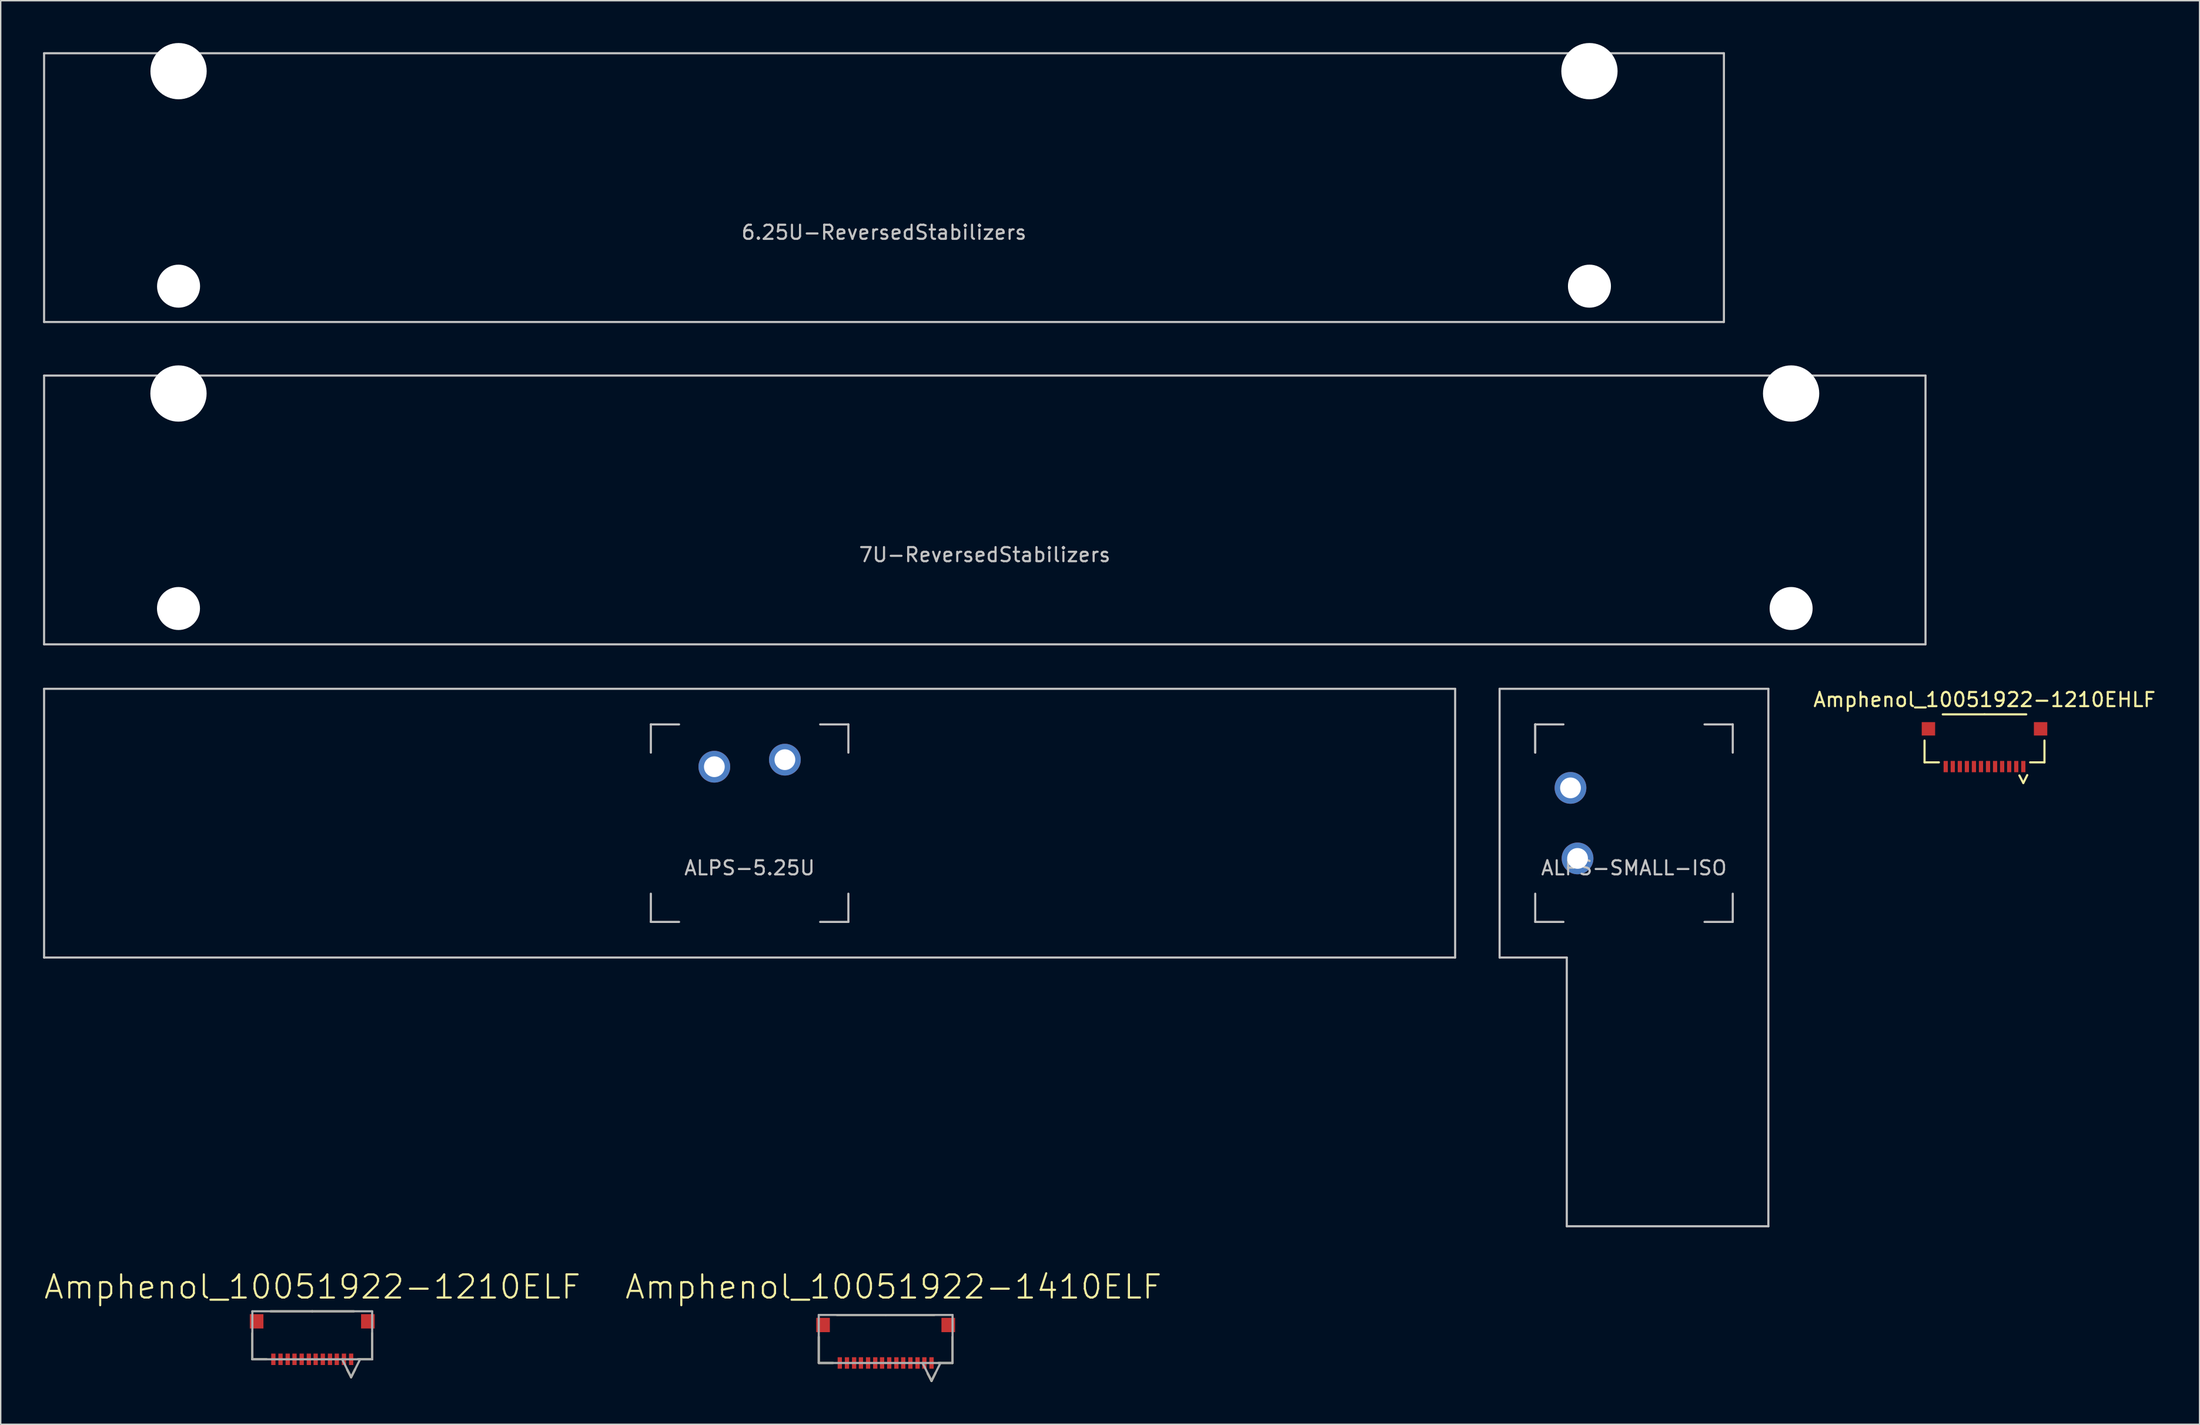
<source format=kicad_pcb>
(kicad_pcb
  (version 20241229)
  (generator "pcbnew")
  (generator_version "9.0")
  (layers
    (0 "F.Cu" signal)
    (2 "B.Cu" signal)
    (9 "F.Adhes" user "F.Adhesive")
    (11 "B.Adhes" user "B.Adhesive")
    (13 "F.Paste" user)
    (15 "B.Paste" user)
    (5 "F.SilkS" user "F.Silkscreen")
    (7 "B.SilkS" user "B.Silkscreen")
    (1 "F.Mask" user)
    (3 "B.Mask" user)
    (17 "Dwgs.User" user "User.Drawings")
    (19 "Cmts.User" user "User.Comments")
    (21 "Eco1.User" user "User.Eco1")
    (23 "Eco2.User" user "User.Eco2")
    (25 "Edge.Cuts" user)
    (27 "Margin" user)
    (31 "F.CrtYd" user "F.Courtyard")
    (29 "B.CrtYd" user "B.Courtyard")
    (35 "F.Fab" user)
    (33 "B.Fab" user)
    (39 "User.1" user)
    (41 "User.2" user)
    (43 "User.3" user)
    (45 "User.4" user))
  (footprint "Amphenol_10051922-1210ELF"
    (layer "F.Cu")
    (at 19.094 91.575)
    (property "Reference" "Amphenol_10051922-1210ELF" (at 0 -3.404 0) (layer "F.SilkS") (effects (font (size 1.641 1.641) (thickness 0.15))))
    (attr smd)
    (fp_line (start -4.259 1.727) (end -4.259 -0.127) (stroke (width 0.152) (type solid)) (layer "F.SilkS"))
    (fp_line (start -4.259 1.727) (end -3.243 1.727) (stroke (width 0.152) (type solid)) (layer "F.SilkS"))
    (fp_line (start -0.013 -1.676) (end -2.972 -1.676) (stroke (width 0.152) (type solid)) (layer "F.SilkS"))
    (fp_line (start 2.464 2.464) (end 2.743 2.997) (stroke (width 0.152) (type solid)) (layer "F.SilkS"))
    (fp_line (start 2.946 -1.676) (end -0.013 -1.676) (stroke (width 0.152) (type solid)) (layer "F.SilkS"))
    (fp_line (start 3.023 2.438) (end 2.743 2.997) (stroke (width 0.152) (type solid)) (layer "F.SilkS"))
    (fp_line (start 3.218 1.727) (end 4.234 1.727) (stroke (width 0.152) (type solid)) (layer "F.SilkS"))
    (fp_line (start 4.234 1.727) (end 4.234 -0.127) (stroke (width 0.152) (type solid)) (layer "F.SilkS"))
    (fp_line (start -4.259 -1.676) (end -0.013 -1.676) (stroke (width 0.152) (type solid)) (layer "F.Fab"))
    (fp_line (start -4.259 1.727) (end -4.259 -1.676) (stroke (width 0.152) (type solid)) (layer "F.Fab"))
    (fp_line (start -4.259 1.727) (end -0.013 1.727) (stroke (width 0.152) (type solid)) (layer "F.Fab"))
    (fp_line (start -0.013 -1.676) (end 4.234 -1.676) (stroke (width 0.152) (type solid)) (layer "F.Fab"))
    (fp_line (start -0.013 1.727) (end 4.234 1.727) (stroke (width 0.152) (type solid)) (layer "F.Fab"))
    (fp_line (start 2.108 1.727) (end 2.743 2.997) (stroke (width 0.152) (type solid)) (layer "F.Fab"))
    (fp_line (start 3.378 1.727) (end 2.743 2.997) (stroke (width 0.152) (type solid)) (layer "F.Fab"))
    (fp_line (start 4.234 1.727) (end 4.234 -1.676) (stroke (width 0.152) (type solid)) (layer "F.Fab"))
    (pad "1" smd rect (at 2.743 1.727 270) (size 0.813 0.305) (layers "F.Cu" "F.Mask" "F.Paste"))
    (pad "2" smd rect (at 2.235 1.727 270) (size 0.813 0.305) (layers "F.Cu" "F.Mask" "F.Paste"))
    (pad "3" smd rect (at 1.727 1.727 270) (size 0.813 0.305) (layers "F.Cu" "F.Mask" "F.Paste"))
    (pad "4" smd rect (at 1.245 1.727 270) (size 0.813 0.305) (layers "F.Cu" "F.Mask" "F.Paste"))
    (pad "5" smd rect (at 0.737 1.727 270) (size 0.813 0.305) (layers "F.Cu" "F.Mask" "F.Paste"))
    (pad "6" smd rect (at 0.229 1.727 270) (size 0.813 0.305) (layers "F.Cu" "F.Mask" "F.Paste"))
    (pad "7" smd rect (at -0.254 1.727 270) (size 0.813 0.305) (layers "F.Cu" "F.Mask" "F.Paste"))
    (pad "8" smd rect (at -0.762 1.727 270) (size 0.813 0.305) (layers "F.Cu" "F.Mask" "F.Paste"))
    (pad "9" smd rect (at -1.27 1.727 270) (size 0.813 0.305) (layers "F.Cu" "F.Mask" "F.Paste"))
    (pad "10" smd rect (at -1.753 1.727 270) (size 0.813 0.305) (layers "F.Cu" "F.Mask" "F.Paste"))
    (pad "11" smd rect (at -2.261 1.727 270) (size 0.813 0.305) (layers "F.Cu" "F.Mask" "F.Paste"))
    (pad "12" smd rect (at -2.769 1.727 270) (size 0.813 0.305) (layers "F.Cu" "F.Mask" "F.Paste"))
    (pad "MP" smd rect (at -3.955 -0.965) (size 0.965 1.016) (layers "F.Cu" "F.Mask" "F.Paste"))
    (pad "MP" smd rect (at 3.929 -0.965) (size 0.965 1.016) (layers "F.Cu" "F.Mask" "F.Paste")))
  (footprint "7U-ReversedStabilizers"
    (layer "F.Cu")
    (at 66.75 33.098)
    (property "Reference" "7U-ReversedStabilizers" (at 0 3.175 0) (layer "Dwgs.User") (effects (font (size 1 1) (thickness 0.15))))
    (attr through_hole)
    (fp_line (start -66.675 -9.525) (end 66.675 -9.525) (stroke (width 0.15) (type solid)) (layer "Dwgs.User"))
    (fp_line (start -66.675 9.525) (end -66.675 -9.525) (stroke (width 0.15) (type solid)) (layer "Dwgs.User"))
    (fp_line (start -66.675 9.525) (end 66.675 9.525) (stroke (width 0.15) (type solid)) (layer "Dwgs.User"))
    (fp_line (start 66.675 -9.525) (end 66.675 9.525) (stroke (width 0.15) (type solid)) (layer "Dwgs.User"))
    (pad "" np_thru_hole circle (at -57.15 -8.255) (size 3.988 3.988) (drill 3.988) (layers "*.Cu" "*.Mask"))
    (pad "" np_thru_hole circle (at -57.15 6.985) (size 3.048 3.048) (drill 3.048) (layers "*.Cu" "*.Mask"))
    (pad "" np_thru_hole circle (at 57.15 -8.255) (size 3.988 3.988) (drill 3.988) (layers "*.Cu" "*.Mask"))
    (pad "" np_thru_hole circle (at 57.15 6.985) (size 3.048 3.048) (drill 3.048) (layers "*.Cu" "*.Mask")))
  (footprint "ALPS-5.25U"
    (layer "F.Cu")
    (at 50.081 55.298)
    (property "Reference" "ALPS-5.25U" (at 0 3.175 0) (layer "Dwgs.User") (effects (font (size 1 1) (thickness 0.15))))
    (attr through_hole)
    (fp_line (start -50.006 -9.525) (end 50.006 -9.525) (stroke (width 0.15) (type solid)) (layer "Dwgs.User"))
    (fp_line (start -50.006 9.525) (end -50.006 -9.525) (stroke (width 0.15) (type solid)) (layer "Dwgs.User"))
    (fp_line (start -50.006 9.525) (end 50.006 9.525) (stroke (width 0.15) (type solid)) (layer "Dwgs.User"))
    (fp_line (start -7 -7) (end -7 -5) (stroke (width 0.15) (type solid)) (layer "Dwgs.User"))
    (fp_line (start -7 5) (end -7 7) (stroke (width 0.15) (type solid)) (layer "Dwgs.User"))
    (fp_line (start -7 7) (end -5 7) (stroke (width 0.15) (type solid)) (layer "Dwgs.User"))
    (fp_line (start -5 -7) (end -7 -7) (stroke (width 0.15) (type solid)) (layer "Dwgs.User"))
    (fp_line (start 5 -7) (end 7 -7) (stroke (width 0.15) (type solid)) (layer "Dwgs.User"))
    (fp_line (start 5 7) (end 7 7) (stroke (width 0.15) (type solid)) (layer "Dwgs.User"))
    (fp_line (start 7 -7) (end 7 -5) (stroke (width 0.15) (type solid)) (layer "Dwgs.User"))
    (fp_line (start 7 7) (end 7 5) (stroke (width 0.15) (type solid)) (layer "Dwgs.User"))
    (fp_line (start 50.006 -9.525) (end 50.006 9.525) (stroke (width 0.15) (type solid)) (layer "Dwgs.User"))
    (pad "1" thru_hole circle (at -2.5 -4) (size 2.25 2.25) (drill 1.47) (layers "*.Cu" "B.Mask"))
    (pad "2" thru_hole circle (at 2.5 -4.5) (size 2.25 2.25) (drill 1.47) (layers "*.Cu" "B.Mask")))
  (footprint "Amphenol_10051922-1210EHLF"
    (layer "F.Cu")
    (at 137.607 49.95)
    (property "Reference" "Amphenol_10051922-1210EHLF" (at 0 -3.404 0) (layer "F.SilkS") (effects (font (size 1 1) (thickness 0.15))))
    (attr smd)
    (fp_line (start -4.25 1.038) (end -4.25 -0.508) (stroke (width 0.152) (type solid)) (layer "F.SilkS"))
    (fp_line (start -4.25 1.038) (end -3.234 1.038) (stroke (width 0.152) (type solid)) (layer "F.SilkS"))
    (fp_line (start 0 -2.363) (end -2.959 -2.363) (stroke (width 0.152) (type solid)) (layer "F.SilkS"))
    (fp_line (start 0 -2.363) (end 2.959 -2.363) (stroke (width 0.152) (type solid)) (layer "F.SilkS"))
    (fp_line (start 2.471 1.967) (end 2.75 2.5) (stroke (width 0.152) (type solid)) (layer "F.SilkS"))
    (fp_line (start 3.029 1.941) (end 2.75 2.5) (stroke (width 0.152) (type solid)) (layer "F.SilkS"))
    (fp_line (start 3.234 1.038) (end 4.25 1.038) (stroke (width 0.152) (type solid)) (layer "F.SilkS"))
    (fp_line (start 4.25 1.038) (end 4.25 -0.508) (stroke (width 0.152) (type solid)) (layer "F.SilkS"))
    (pad "1" smd rect (at 2.75 1.338 180) (size 0.3 0.8) (layers "F.Cu" "F.Mask" "F.Paste"))
    (pad "2" smd rect (at 2.25 1.338 180) (size 0.3 0.8) (layers "F.Cu" "F.Mask" "F.Paste"))
    (pad "3" smd rect (at 1.75 1.338 180) (size 0.3 0.8) (layers "F.Cu" "F.Mask" "F.Paste"))
    (pad "4" smd rect (at 1.25 1.338 180) (size 0.3 0.8) (layers "F.Cu" "F.Mask" "F.Paste"))
    (pad "5" smd rect (at 0.75 1.338 180) (size 0.3 0.8) (layers "F.Cu" "F.Mask" "F.Paste"))
    (pad "6" smd rect (at 0.25 1.338 180) (size 0.3 0.8) (layers "F.Cu" "F.Mask" "F.Paste"))
    (pad "7" smd rect (at -0.25 1.338 180) (size 0.3 0.8) (layers "F.Cu" "F.Mask" "F.Paste"))
    (pad "8" smd rect (at -0.75 1.338 180) (size 0.3 0.8) (layers "F.Cu" "F.Mask" "F.Paste"))
    (pad "9" smd rect (at -1.25 1.338 180) (size 0.3 0.8) (layers "F.Cu" "F.Mask" "F.Paste"))
    (pad "10" smd rect (at -1.75 1.338 180) (size 0.3 0.8) (layers "F.Cu" "F.Mask" "F.Paste"))
    (pad "11" smd rect (at -2.25 1.338 180) (size 0.3 0.8) (layers "F.Cu" "F.Mask" "F.Paste"))
    (pad "12" smd rect (at -2.75 1.338 180) (size 0.3 0.8) (layers "F.Cu" "F.Mask" "F.Paste"))
    (pad "MP" smd rect (at -3.975 -1.338 180) (size 0.95 0.95) (layers "F.Cu" "F.Mask" "F.Paste"))
    (pad "MP" smd rect (at 3.975 -1.338 180) (size 0.95 0.95) (layers "F.Cu" "F.Mask" "F.Paste")))
  (footprint "Amphenol_10051922-1410ELF"
    (layer "F.Cu")
    (at 59.723 91.835)
    (property "Reference" "Amphenol_10051922-1410ELF" (at 0.559 -3.664 0) (layer "F.SilkS") (effects (font (size 1.641 1.641) (thickness 0.15))))
    (attr smd)
    (fp_line (start -4.742 1.727) (end -4.742 -0.127) (stroke (width 0.152) (type solid)) (layer "F.SilkS"))
    (fp_line (start -4.742 1.727) (end -3.726 1.727) (stroke (width 0.152) (type solid)) (layer "F.SilkS"))
    (fp_line (start 0 -1.676) (end -3.454 -1.676) (stroke (width 0.152) (type solid)) (layer "F.SilkS"))
    (fp_line (start 2.972 2.464) (end 3.251 2.997) (stroke (width 0.152) (type solid)) (layer "F.SilkS"))
    (fp_line (start 3.454 -1.676) (end 0 -1.676) (stroke (width 0.152) (type solid)) (layer "F.SilkS"))
    (fp_line (start 3.531 2.438) (end 3.251 2.997) (stroke (width 0.152) (type solid)) (layer "F.SilkS"))
    (fp_line (start 3.726 1.727) (end 4.742 1.727) (stroke (width 0.152) (type solid)) (layer "F.SilkS"))
    (fp_line (start 4.742 1.727) (end 4.742 -0.127) (stroke (width 0.152) (type solid)) (layer "F.SilkS"))
    (fp_line (start -4.742 -1.676) (end 0 -1.676) (stroke (width 0.152) (type solid)) (layer "F.Fab"))
    (fp_line (start -4.742 1.727) (end -4.742 -1.676) (stroke (width 0.152) (type solid)) (layer "F.Fab"))
    (fp_line (start -4.742 1.727) (end 0 1.727) (stroke (width 0.152) (type solid)) (layer "F.Fab"))
    (fp_line (start 0 -1.676) (end 4.742 -1.676) (stroke (width 0.152) (type solid)) (layer "F.Fab"))
    (fp_line (start 0 1.727) (end 4.742 1.727) (stroke (width 0.152) (type solid)) (layer "F.Fab"))
    (fp_line (start 2.616 1.727) (end 3.251 2.997) (stroke (width 0.152) (type solid)) (layer "F.Fab"))
    (fp_line (start 3.886 1.727) (end 3.251 2.997) (stroke (width 0.152) (type solid)) (layer "F.Fab"))
    (fp_line (start 4.742 1.727) (end 4.742 -1.676) (stroke (width 0.152) (type solid)) (layer "F.Fab"))
    (pad "1" smd rect (at 3.251 1.727 270) (size 0.813 0.305) (layers "F.Cu" "F.Mask" "F.Paste"))
    (pad "2" smd rect (at 2.743 1.727 270) (size 0.813 0.305) (layers "F.Cu" "F.Mask" "F.Paste"))
    (pad "3" smd rect (at 2.261 1.727 270) (size 0.813 0.305) (layers "F.Cu" "F.Mask" "F.Paste"))
    (pad "4" smd rect (at 1.753 1.727 270) (size 0.813 0.305) (layers "F.Cu" "F.Mask" "F.Paste"))
    (pad "5" smd rect (at 1.245 1.727 270) (size 0.813 0.305) (layers "F.Cu" "F.Mask" "F.Paste"))
    (pad "6" smd rect (at 0.762 1.727 270) (size 0.813 0.305) (layers "F.Cu" "F.Mask" "F.Paste"))
    (pad "7" smd rect (at 0.254 1.727 270) (size 0.813 0.305) (layers "F.Cu" "F.Mask" "F.Paste"))
    (pad "8" smd rect (at -0.254 1.727 270) (size 0.813 0.305) (layers "F.Cu" "F.Mask" "F.Paste"))
    (pad "9" smd rect (at -0.737 1.727 270) (size 0.813 0.305) (layers "F.Cu" "F.Mask" "F.Paste"))
    (pad "10" smd rect (at -1.245 1.727 270) (size 0.813 0.305) (layers "F.Cu" "F.Mask" "F.Paste"))
    (pad "11" smd rect (at -1.753 1.727 270) (size 0.813 0.305) (layers "F.Cu" "F.Mask" "F.Paste"))
    (pad "12" smd rect (at -2.235 1.727 270) (size 0.813 0.305) (layers "F.Cu" "F.Mask" "F.Paste"))
    (pad "13" smd rect (at -2.743 1.727 270) (size 0.813 0.305) (layers "F.Cu" "F.Mask" "F.Paste"))
    (pad "14" smd rect (at -3.251 1.727 270) (size 0.813 0.305) (layers "F.Cu" "F.Mask" "F.Paste"))
    (pad "MP" smd rect (at -4.437 -0.965) (size 0.965 1.016) (layers "F.Cu" "F.Mask" "F.Paste"))
    (pad "MP" smd rect (at 4.437 -0.965) (size 0.965 1.016) (layers "F.Cu" "F.Mask" "F.Paste")))
  (footprint "6.25U-ReversedStabilizers"
    (layer "F.Cu")
    (at 59.606 10.249)
    (property "Reference" "6.25U-ReversedStabilizers" (at 0 3.175 0) (layer "Dwgs.User") (effects (font (size 1 1) (thickness 0.15))))
    (attr through_hole)
    (fp_line (start -59.531 -9.525) (end 59.531 -9.525) (stroke (width 0.15) (type solid)) (layer "Dwgs.User"))
    (fp_line (start -59.531 9.525) (end -59.531 -9.525) (stroke (width 0.15) (type solid)) (layer "Dwgs.User"))
    (fp_line (start -59.531 9.525) (end 59.531 9.525) (stroke (width 0.15) (type solid)) (layer "Dwgs.User"))
    (fp_line (start 59.531 -9.525) (end 59.531 9.525) (stroke (width 0.15) (type solid)) (layer "Dwgs.User"))
    (pad "" np_thru_hole circle (at -50 -8.255) (size 3.988 3.988) (drill 3.988) (layers "*.Cu" "*.Mask"))
    (pad "" np_thru_hole circle (at -50 6.985) (size 3.048 3.048) (drill 3.048) (layers "*.Cu" "*.Mask"))
    (pad "" np_thru_hole circle (at 50 -8.255) (size 3.988 3.988) (drill 3.988) (layers "*.Cu" "*.Mask"))
    (pad "" np_thru_hole circle (at 50 6.985) (size 3.048 3.048) (drill 3.048) (layers "*.Cu" "*.Mask")))
  (footprint "ALPS-SMALL-ISO"
    (layer "F.Cu")
    (at 112.763 55.298)
    (property "Reference" "ALPS-SMALL-ISO" (at 0 3.175 0) (layer "Dwgs.User") (effects (font (size 1 1) (thickness 0.15))))
    (attr through_hole)
    (fp_line (start -9.525 -9.525) (end 9.525 -9.525) (stroke (width 0.15) (type solid)) (layer "Dwgs.User"))
    (fp_line (start -9.525 9.525) (end -9.525 -9.525) (stroke (width 0.15) (type solid)) (layer "Dwgs.User"))
    (fp_line (start -7 -7) (end -7 -5) (stroke (width 0.15) (type solid)) (layer "Dwgs.User"))
    (fp_line (start -7 -5) (end -7 -7) (stroke (width 0.15) (type solid)) (layer "Dwgs.User"))
    (fp_line (start -7 7) (end -7 5) (stroke (width 0.15) (type solid)) (layer "Dwgs.User"))
    (fp_line (start -7 7) (end -5 7) (stroke (width 0.15) (type solid)) (layer "Dwgs.User"))
    (fp_line (start -5 -7) (end -7 -7) (stroke (width 0.15) (type solid)) (layer "Dwgs.User"))
    (fp_line (start -4.763 9.525) (end -9.525 9.525) (stroke (width 0.15) (type solid)) (layer "Dwgs.User"))
    (fp_line (start -4.763 28.575) (end -4.763 9.525) (stroke (width 0.15) (type solid)) (layer "Dwgs.User"))
    (fp_line (start -4.763 28.575) (end 9.525 28.575) (stroke (width 0.15) (type solid)) (layer "Dwgs.User"))
    (fp_line (start 5 7) (end 7 7) (stroke (width 0.15) (type solid)) (layer "Dwgs.User"))
    (fp_line (start 7 -7) (end 5 -7) (stroke (width 0.15) (type solid)) (layer "Dwgs.User"))
    (fp_line (start 7 -5) (end 7 -7) (stroke (width 0.15) (type solid)) (layer "Dwgs.User"))
    (fp_line (start 7 7) (end 7 5) (stroke (width 0.15) (type solid)) (layer "Dwgs.User"))
    (fp_line (start 9.525 -9.525) (end 9.525 28.575) (stroke (width 0.15) (type solid)) (layer "Dwgs.User"))
    (pad "1" thru_hole circle (at -4 2.5 90) (size 2.25 2.25) (drill 1.47) (layers "*.Cu" "B.Mask"))
    (pad "2" thru_hole circle (at -4.5 -2.5 90) (size 2.25 2.25) (drill 1.47) (layers "*.Cu" "B.Mask")))
  (gr_rect
    (start -3 -3)
    (end 152.851 97.909)
    (stroke (width 0.1) (type default))
    (fill no)
    (layer "Edge.Cuts")))
</source>
